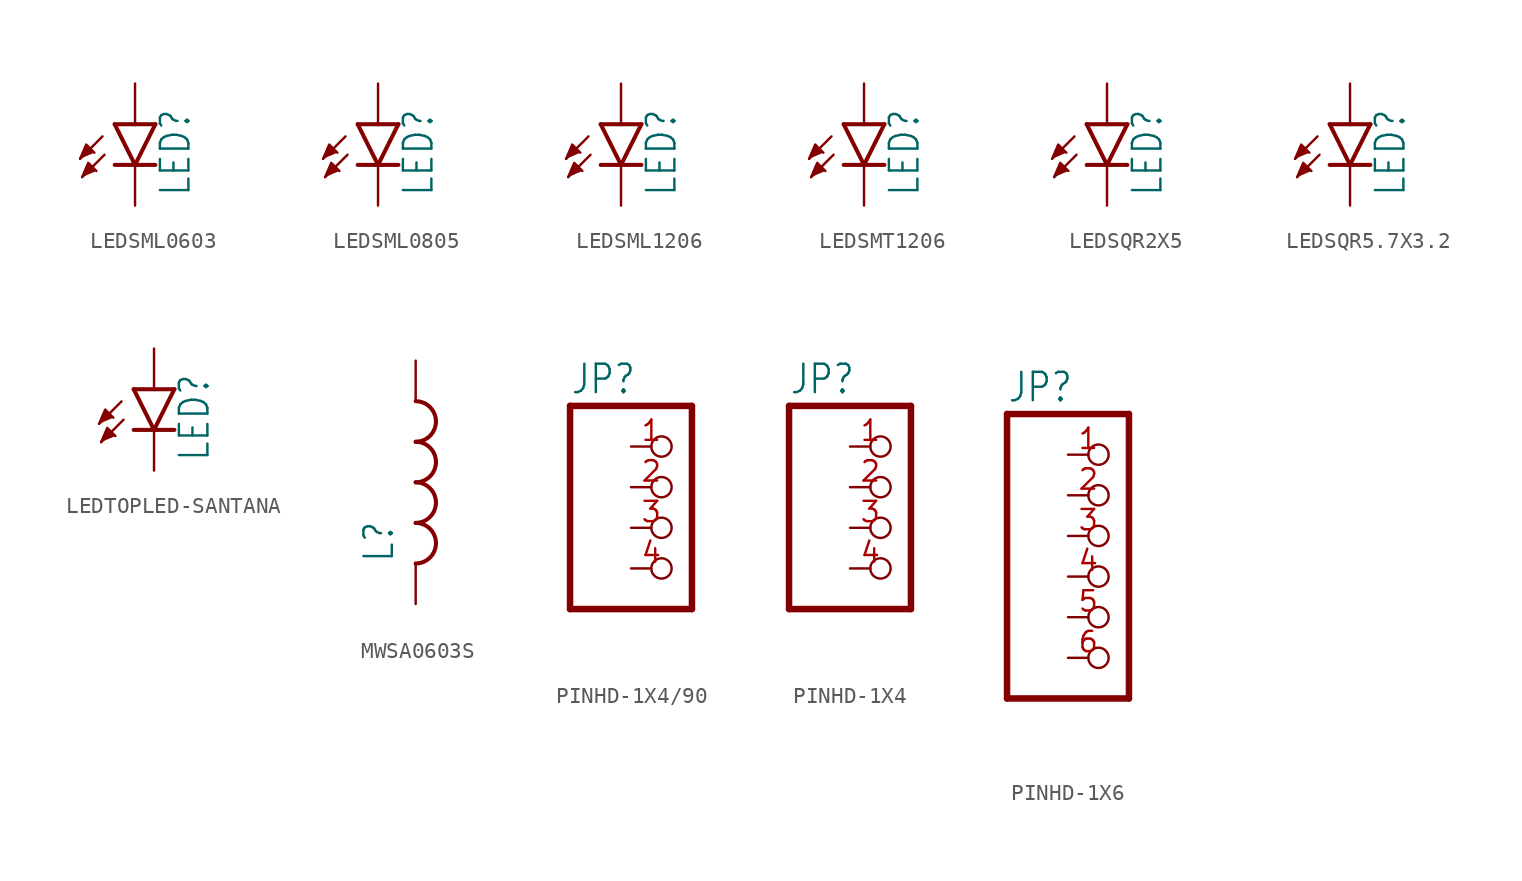
<source format=kicad_sym>
(kicad_symbol_lib
  (version 20241209)
  (generator "kicad_symbol_editor")
  (generator_version "9.0")
  (symbol "LEDSML0603"
    (property "Reference" "LED"
      (at 3.556 -4.572 90)
      (effects (font (size 1.778 1.511)) (justify left bottom)))
    (property "Value" ""
      (at 5.715 -4.572 90)
      (effects (font (size 1.778 1.511)) (justify left bottom)))
    (property "ki_locked" ""
      (at 0 0 0)
      (effects (font (size 1.27 1.27))))
    (symbol "LEDSML0603_1_0"
      (polyline (pts (xy -3.429 -2.159) (xy -3.048 -1.27) (xy -2.54 -1.778)) (stroke (width 0.152) (type solid)) (fill (type outline)))
      (polyline (pts (xy -3.302 -3.302) (xy -2.921 -2.413) (xy -2.413 -2.921)) (stroke (width 0.152) (type solid)) (fill (type outline)))
      (polyline (pts (xy -2.032 -0.762) (xy -3.429 -2.159)) (stroke (width 0.152) (type solid)) (fill (type none)))
      (polyline (pts (xy -1.905 -1.905) (xy -3.302 -3.302)) (stroke (width 0.152) (type solid)) (fill (type none)))
      (polyline (pts (xy 0 0) (xy -1.27 0)) (stroke (width 0.254) (type solid)) (fill (type none)))
      (polyline (pts (xy 0 -2.54) (xy -1.27 0)) (stroke (width 0.254) (type solid)) (fill (type none)))
      (polyline (pts (xy 0 -2.54) (xy -1.27 -2.54)) (stroke (width 0.254) (type solid)) (fill (type none)))
      (polyline (pts (xy 1.27 0) (xy 0 0)) (stroke (width 0.254) (type solid)) (fill (type none)))
      (polyline (pts (xy 1.27 0) (xy 0 -2.54)) (stroke (width 0.254) (type solid)) (fill (type none)))
      (polyline (pts (xy 1.27 -2.54) (xy 0 -2.54)) (stroke (width 0.254) (type solid)) (fill (type none)))
      (pin passive line (at 0 2.54 270) (length 2.54) (name "A" (effects (font (size 0 0)))) (number "A" (effects (font (size 0 0)))))
      (pin passive line (at 0 -5.08 90) (length 2.54) (name "C" (effects (font (size 0 0)))) (number "C" (effects (font (size 0 0)))))))
  (symbol "LEDSML0805"
    (property "Reference" "LED"
      (at 3.556 -4.572 90)
      (effects (font (size 1.778 1.511)) (justify left bottom)))
    (property "Value" ""
      (at 5.715 -4.572 90)
      (effects (font (size 1.778 1.511)) (justify left bottom)))
    (property "ki_locked" ""
      (at 0 0 0)
      (effects (font (size 1.27 1.27))))
    (symbol "LEDSML0805_1_0"
      (polyline (pts (xy -3.429 -2.159) (xy -3.048 -1.27) (xy -2.54 -1.778)) (stroke (width 0.152) (type solid)) (fill (type outline)))
      (polyline (pts (xy -3.302 -3.302) (xy -2.921 -2.413) (xy -2.413 -2.921)) (stroke (width 0.152) (type solid)) (fill (type outline)))
      (polyline (pts (xy -2.032 -0.762) (xy -3.429 -2.159)) (stroke (width 0.152) (type solid)) (fill (type none)))
      (polyline (pts (xy -1.905 -1.905) (xy -3.302 -3.302)) (stroke (width 0.152) (type solid)) (fill (type none)))
      (polyline (pts (xy 0 0) (xy -1.27 0)) (stroke (width 0.254) (type solid)) (fill (type none)))
      (polyline (pts (xy 0 -2.54) (xy -1.27 0)) (stroke (width 0.254) (type solid)) (fill (type none)))
      (polyline (pts (xy 0 -2.54) (xy -1.27 -2.54)) (stroke (width 0.254) (type solid)) (fill (type none)))
      (polyline (pts (xy 1.27 0) (xy 0 0)) (stroke (width 0.254) (type solid)) (fill (type none)))
      (polyline (pts (xy 1.27 0) (xy 0 -2.54)) (stroke (width 0.254) (type solid)) (fill (type none)))
      (polyline (pts (xy 1.27 -2.54) (xy 0 -2.54)) (stroke (width 0.254) (type solid)) (fill (type none)))
      (pin passive line (at 0 2.54 270) (length 2.54) (name "A" (effects (font (size 0 0)))) (number "A" (effects (font (size 0 0)))))
      (pin passive line (at 0 -5.08 90) (length 2.54) (name "C" (effects (font (size 0 0)))) (number "C" (effects (font (size 0 0)))))))
  (symbol "LEDSML1206"
    (property "Reference" "LED"
      (at 3.556 -4.572 90)
      (effects (font (size 1.778 1.511)) (justify left bottom)))
    (property "Value" ""
      (at 5.715 -4.572 90)
      (effects (font (size 1.778 1.511)) (justify left bottom)))
    (property "ki_locked" ""
      (at 0 0 0)
      (effects (font (size 1.27 1.27))))
    (symbol "LEDSML1206_1_0"
      (polyline (pts (xy -3.429 -2.159) (xy -3.048 -1.27) (xy -2.54 -1.778)) (stroke (width 0.152) (type solid)) (fill (type outline)))
      (polyline (pts (xy -3.302 -3.302) (xy -2.921 -2.413) (xy -2.413 -2.921)) (stroke (width 0.152) (type solid)) (fill (type outline)))
      (polyline (pts (xy -2.032 -0.762) (xy -3.429 -2.159)) (stroke (width 0.152) (type solid)) (fill (type none)))
      (polyline (pts (xy -1.905 -1.905) (xy -3.302 -3.302)) (stroke (width 0.152) (type solid)) (fill (type none)))
      (polyline (pts (xy 0 0) (xy -1.27 0)) (stroke (width 0.254) (type solid)) (fill (type none)))
      (polyline (pts (xy 0 -2.54) (xy -1.27 0)) (stroke (width 0.254) (type solid)) (fill (type none)))
      (polyline (pts (xy 0 -2.54) (xy -1.27 -2.54)) (stroke (width 0.254) (type solid)) (fill (type none)))
      (polyline (pts (xy 1.27 0) (xy 0 0)) (stroke (width 0.254) (type solid)) (fill (type none)))
      (polyline (pts (xy 1.27 0) (xy 0 -2.54)) (stroke (width 0.254) (type solid)) (fill (type none)))
      (polyline (pts (xy 1.27 -2.54) (xy 0 -2.54)) (stroke (width 0.254) (type solid)) (fill (type none)))
      (pin passive line (at 0 2.54 270) (length 2.54) (name "A" (effects (font (size 0 0)))) (number "A" (effects (font (size 0 0)))))
      (pin passive line (at 0 -5.08 90) (length 2.54) (name "C" (effects (font (size 0 0)))) (number "C" (effects (font (size 0 0)))))))
  (symbol "LEDSMT1206"
    (property "Reference" "LED"
      (at 3.556 -4.572 90)
      (effects (font (size 1.778 1.511)) (justify left bottom)))
    (property "Value" ""
      (at 5.715 -4.572 90)
      (effects (font (size 1.778 1.511)) (justify left bottom)))
    (property "ki_locked" ""
      (at 0 0 0)
      (effects (font (size 1.27 1.27))))
    (symbol "LEDSMT1206_1_0"
      (polyline (pts (xy -3.429 -2.159) (xy -3.048 -1.27) (xy -2.54 -1.778)) (stroke (width 0.152) (type solid)) (fill (type outline)))
      (polyline (pts (xy -3.302 -3.302) (xy -2.921 -2.413) (xy -2.413 -2.921)) (stroke (width 0.152) (type solid)) (fill (type outline)))
      (polyline (pts (xy -2.032 -0.762) (xy -3.429 -2.159)) (stroke (width 0.152) (type solid)) (fill (type none)))
      (polyline (pts (xy -1.905 -1.905) (xy -3.302 -3.302)) (stroke (width 0.152) (type solid)) (fill (type none)))
      (polyline (pts (xy 0 0) (xy -1.27 0)) (stroke (width 0.254) (type solid)) (fill (type none)))
      (polyline (pts (xy 0 -2.54) (xy -1.27 0)) (stroke (width 0.254) (type solid)) (fill (type none)))
      (polyline (pts (xy 0 -2.54) (xy -1.27 -2.54)) (stroke (width 0.254) (type solid)) (fill (type none)))
      (polyline (pts (xy 1.27 0) (xy 0 0)) (stroke (width 0.254) (type solid)) (fill (type none)))
      (polyline (pts (xy 1.27 0) (xy 0 -2.54)) (stroke (width 0.254) (type solid)) (fill (type none)))
      (polyline (pts (xy 1.27 -2.54) (xy 0 -2.54)) (stroke (width 0.254) (type solid)) (fill (type none)))
      (pin passive line (at 0 2.54 270) (length 2.54) (name "A" (effects (font (size 0 0)))) (number "A" (effects (font (size 0 0)))))
      (pin passive line (at 0 -5.08 90) (length 2.54) (name "C" (effects (font (size 0 0)))) (number "C" (effects (font (size 0 0)))))))
  (symbol "LEDSQR2X5"
    (property "Reference" "LED"
      (at 3.556 -4.572 90)
      (effects (font (size 1.778 1.511)) (justify left bottom)))
    (property "Value" ""
      (at 5.715 -4.572 90)
      (effects (font (size 1.778 1.511)) (justify left bottom)))
    (property "ki_locked" ""
      (at 0 0 0)
      (effects (font (size 1.27 1.27))))
    (symbol "LEDSQR2X5_1_0"
      (polyline (pts (xy -3.429 -2.159) (xy -3.048 -1.27) (xy -2.54 -1.778)) (stroke (width 0.152) (type solid)) (fill (type outline)))
      (polyline (pts (xy -3.302 -3.302) (xy -2.921 -2.413) (xy -2.413 -2.921)) (stroke (width 0.152) (type solid)) (fill (type outline)))
      (polyline (pts (xy -2.032 -0.762) (xy -3.429 -2.159)) (stroke (width 0.152) (type solid)) (fill (type none)))
      (polyline (pts (xy -1.905 -1.905) (xy -3.302 -3.302)) (stroke (width 0.152) (type solid)) (fill (type none)))
      (polyline (pts (xy 0 0) (xy -1.27 0)) (stroke (width 0.254) (type solid)) (fill (type none)))
      (polyline (pts (xy 0 -2.54) (xy -1.27 0)) (stroke (width 0.254) (type solid)) (fill (type none)))
      (polyline (pts (xy 0 -2.54) (xy -1.27 -2.54)) (stroke (width 0.254) (type solid)) (fill (type none)))
      (polyline (pts (xy 1.27 0) (xy 0 0)) (stroke (width 0.254) (type solid)) (fill (type none)))
      (polyline (pts (xy 1.27 0) (xy 0 -2.54)) (stroke (width 0.254) (type solid)) (fill (type none)))
      (polyline (pts (xy 1.27 -2.54) (xy 0 -2.54)) (stroke (width 0.254) (type solid)) (fill (type none)))
      (pin passive line (at 0 2.54 270) (length 2.54) (name "A" (effects (font (size 0 0)))) (number "A" (effects (font (size 0 0)))))
      (pin passive line (at 0 -5.08 90) (length 2.54) (name "C" (effects (font (size 0 0)))) (number "K" (effects (font (size 0 0)))))))
  (symbol "LEDSQR5.7X3.2"
    (property "Reference" "LED"
      (at 3.556 -4.572 90)
      (effects (font (size 1.778 1.511)) (justify left bottom)))
    (property "Value" ""
      (at 5.715 -4.572 90)
      (effects (font (size 1.778 1.511)) (justify left bottom)))
    (property "ki_locked" ""
      (at 0 0 0)
      (effects (font (size 1.27 1.27))))
    (symbol "LEDSQR5.7X3.2_1_0"
      (polyline (pts (xy -3.429 -2.159) (xy -3.048 -1.27) (xy -2.54 -1.778)) (stroke (width 0.152) (type solid)) (fill (type outline)))
      (polyline (pts (xy -3.302 -3.302) (xy -2.921 -2.413) (xy -2.413 -2.921)) (stroke (width 0.152) (type solid)) (fill (type outline)))
      (polyline (pts (xy -2.032 -0.762) (xy -3.429 -2.159)) (stroke (width 0.152) (type solid)) (fill (type none)))
      (polyline (pts (xy -1.905 -1.905) (xy -3.302 -3.302)) (stroke (width 0.152) (type solid)) (fill (type none)))
      (polyline (pts (xy 0 0) (xy -1.27 0)) (stroke (width 0.254) (type solid)) (fill (type none)))
      (polyline (pts (xy 0 -2.54) (xy -1.27 0)) (stroke (width 0.254) (type solid)) (fill (type none)))
      (polyline (pts (xy 0 -2.54) (xy -1.27 -2.54)) (stroke (width 0.254) (type solid)) (fill (type none)))
      (polyline (pts (xy 1.27 0) (xy 0 0)) (stroke (width 0.254) (type solid)) (fill (type none)))
      (polyline (pts (xy 1.27 0) (xy 0 -2.54)) (stroke (width 0.254) (type solid)) (fill (type none)))
      (polyline (pts (xy 1.27 -2.54) (xy 0 -2.54)) (stroke (width 0.254) (type solid)) (fill (type none)))
      (pin passive line (at 0 2.54 270) (length 2.54) (name "A" (effects (font (size 0 0)))) (number "A" (effects (font (size 0 0)))))
      (pin passive line (at 0 -5.08 90) (length 2.54) (name "C" (effects (font (size 0 0)))) (number "K" (effects (font (size 0 0)))))))
  (symbol "LEDTOPLED-SANTANA"
    (property "Reference" "LED"
      (at 3.556 -4.572 90)
      (effects (font (size 1.778 1.511)) (justify left bottom)))
    (property "Value" ""
      (at 5.715 -4.572 90)
      (effects (font (size 1.778 1.511)) (justify left bottom)))
    (property "ki_locked" ""
      (at 0 0 0)
      (effects (font (size 1.27 1.27))))
    (symbol "LEDTOPLED-SANTANA_1_0"
      (polyline (pts (xy -3.429 -2.159) (xy -3.048 -1.27) (xy -2.54 -1.778)) (stroke (width 0.152) (type solid)) (fill (type outline)))
      (polyline (pts (xy -3.302 -3.302) (xy -2.921 -2.413) (xy -2.413 -2.921)) (stroke (width 0.152) (type solid)) (fill (type outline)))
      (polyline (pts (xy -2.032 -0.762) (xy -3.429 -2.159)) (stroke (width 0.152) (type solid)) (fill (type none)))
      (polyline (pts (xy -1.905 -1.905) (xy -3.302 -3.302)) (stroke (width 0.152) (type solid)) (fill (type none)))
      (polyline (pts (xy 0 0) (xy -1.27 0)) (stroke (width 0.254) (type solid)) (fill (type none)))
      (polyline (pts (xy 0 -2.54) (xy -1.27 0)) (stroke (width 0.254) (type solid)) (fill (type none)))
      (polyline (pts (xy 0 -2.54) (xy -1.27 -2.54)) (stroke (width 0.254) (type solid)) (fill (type none)))
      (polyline (pts (xy 1.27 0) (xy 0 0)) (stroke (width 0.254) (type solid)) (fill (type none)))
      (polyline (pts (xy 1.27 0) (xy 0 -2.54)) (stroke (width 0.254) (type solid)) (fill (type none)))
      (polyline (pts (xy 1.27 -2.54) (xy 0 -2.54)) (stroke (width 0.254) (type solid)) (fill (type none)))
      (pin passive line (at 0 2.54 270) (length 2.54) (name "A" (effects (font (size 0 0)))) (number "A" (effects (font (size 0 0)))))
      (pin passive line (at 0 -5.08 90) (length 2.54) (name "C" (effects (font (size 0 0)))) (number "C" (effects (font (size 0 0)))))))
  (symbol "MWSA0603S"
    (property "Reference" "L"
      (at -1.27 -5.08 90)
      (effects (font (size 1.778 1.511)) (justify left bottom)))
    (property "Value" ""
      (at 3.81 -5.08 90)
      (effects (font (size 1.778 1.511)) (justify left bottom)))
    (property "ki_locked" ""
      (at 0 0 0)
      (effects (font (size 1.27 1.27))))
    (symbol "MWSA0603S_1_0"
      (arc (start 1.27 3.81) (mid 0.898 2.912) (end 0 2.54) (stroke (width 0.254) (type solid)) (fill (type none)))
      (arc (start 0 5.08) (mid 0.898 4.708) (end 1.27 3.81) (stroke (width 0.254) (type solid)) (fill (type none)))
      (arc (start 1.27 1.27) (mid 0.898 0.372) (end 0 0) (stroke (width 0.254) (type solid)) (fill (type none)))
      (arc (start 0 2.54) (mid 0.898 2.168) (end 1.27 1.27) (stroke (width 0.254) (type solid)) (fill (type none)))
      (arc (start 1.27 -1.27) (mid 0.898 -2.168) (end 0 -2.54) (stroke (width 0.254) (type solid)) (fill (type none)))
      (arc (start 0 0) (mid 0.898 -0.372) (end 1.27 -1.27) (stroke (width 0.254) (type solid)) (fill (type none)))
      (arc (start 1.27 -3.81) (mid 0.898 -4.708) (end 0 -5.08) (stroke (width 0.254) (type solid)) (fill (type none)))
      (arc (start 0 -2.54) (mid 0.898 -2.912) (end 1.27 -3.81) (stroke (width 0.254) (type solid)) (fill (type none)))
      (pin passive line (at 0 7.62 270) (length 2.54) (name "1" (effects (font (size 0 0)))) (number "P$1" (effects (font (size 0 0)))))
      (pin passive line (at 0 -7.62 90) (length 2.54) (name "2" (effects (font (size 0 0)))) (number "P$2" (effects (font (size 0 0)))))))
  (symbol "PINHD-1X4/90"
    (property "Reference" "JP"
      (at -6.35 8.255 0)
      (effects (font (size 1.778 1.511)) (justify left bottom)))
    (property "Value" ""
      (at -6.35 -7.62 0)
      (effects (font (size 1.778 1.511)) (justify left bottom)))
    (property "ki_locked" ""
      (at 0 0 0)
      (effects (font (size 1.27 1.27))))
    (symbol "PINHD-1X4/90_1_0"
      (polyline (pts (xy -6.35 7.62) (xy -6.35 -5.08)) (stroke (width 0.406) (type solid)) (fill (type none)))
      (polyline (pts (xy -6.35 -5.08) (xy 1.27 -5.08)) (stroke (width 0.406) (type solid)) (fill (type none)))
      (polyline (pts (xy 1.27 7.62) (xy -6.35 7.62)) (stroke (width 0.406) (type solid)) (fill (type none)))
      (polyline (pts (xy 1.27 -5.08) (xy 1.27 7.62)) (stroke (width 0.406) (type solid)) (fill (type none)))
      (pin passive inverted (at -2.54 5.08 0) (length 2.54) (name "1" (effects (font (size 0 0)))) (number "1" (effects (font (size 1.27 1.27)))))
      (pin passive inverted (at -2.54 2.54 0) (length 2.54) (name "2" (effects (font (size 0 0)))) (number "2" (effects (font (size 1.27 1.27)))))
      (pin passive inverted (at -2.54 0 0) (length 2.54) (name "3" (effects (font (size 0 0)))) (number "3" (effects (font (size 1.27 1.27)))))
      (pin passive inverted (at -2.54 -2.54 0) (length 2.54) (name "4" (effects (font (size 0 0)))) (number "4" (effects (font (size 1.27 1.27)))))))
  (symbol "PINHD-1X4"
    (property "Reference" "JP"
      (at -6.35 8.255 0)
      (effects (font (size 1.778 1.511)) (justify left bottom)))
    (property "Value" ""
      (at -6.35 -7.62 0)
      (effects (font (size 1.778 1.511)) (justify left bottom)))
    (property "ki_locked" ""
      (at 0 0 0)
      (effects (font (size 1.27 1.27))))
    (symbol "PINHD-1X4_1_0"
      (polyline (pts (xy -6.35 7.62) (xy -6.35 -5.08)) (stroke (width 0.406) (type solid)) (fill (type none)))
      (polyline (pts (xy -6.35 -5.08) (xy 1.27 -5.08)) (stroke (width 0.406) (type solid)) (fill (type none)))
      (polyline (pts (xy 1.27 7.62) (xy -6.35 7.62)) (stroke (width 0.406) (type solid)) (fill (type none)))
      (polyline (pts (xy 1.27 -5.08) (xy 1.27 7.62)) (stroke (width 0.406) (type solid)) (fill (type none)))
      (pin passive inverted (at -2.54 5.08 0) (length 2.54) (name "1" (effects (font (size 0 0)))) (number "1" (effects (font (size 1.27 1.27)))))
      (pin passive inverted (at -2.54 2.54 0) (length 2.54) (name "2" (effects (font (size 0 0)))) (number "2" (effects (font (size 1.27 1.27)))))
      (pin passive inverted (at -2.54 0 0) (length 2.54) (name "3" (effects (font (size 0 0)))) (number "3" (effects (font (size 1.27 1.27)))))
      (pin passive inverted (at -2.54 -2.54 0) (length 2.54) (name "4" (effects (font (size 0 0)))) (number "4" (effects (font (size 1.27 1.27)))))))
  (symbol "PINHD-1X6"
    (property "Reference" "JP"
      (at -6.35 10.795 0)
      (effects (font (size 1.778 1.511)) (justify left bottom)))
    (property "Value" ""
      (at -6.35 -10.16 0)
      (effects (font (size 1.778 1.511)) (justify left bottom)))
    (property "ki_locked" ""
      (at 0 0 0)
      (effects (font (size 1.27 1.27))))
    (symbol "PINHD-1X6_1_0"
      (polyline (pts (xy -6.35 10.16) (xy -6.35 -7.62)) (stroke (width 0.406) (type solid)) (fill (type none)))
      (polyline (pts (xy -6.35 -7.62) (xy 1.27 -7.62)) (stroke (width 0.406) (type solid)) (fill (type none)))
      (polyline (pts (xy 1.27 10.16) (xy -6.35 10.16)) (stroke (width 0.406) (type solid)) (fill (type none)))
      (polyline (pts (xy 1.27 -7.62) (xy 1.27 10.16)) (stroke (width 0.406) (type solid)) (fill (type none)))
      (pin passive inverted (at -2.54 7.62 0) (length 2.54) (name "1" (effects (font (size 0 0)))) (number "1" (effects (font (size 1.27 1.27)))))
      (pin passive inverted (at -2.54 5.08 0) (length 2.54) (name "2" (effects (font (size 0 0)))) (number "2" (effects (font (size 1.27 1.27)))))
      (pin passive inverted (at -2.54 2.54 0) (length 2.54) (name "3" (effects (font (size 0 0)))) (number "3" (effects (font (size 1.27 1.27)))))
      (pin passive inverted (at -2.54 0 0) (length 2.54) (name "4" (effects (font (size 0 0)))) (number "4" (effects (font (size 1.27 1.27)))))
      (pin passive inverted (at -2.54 -2.54 0) (length 2.54) (name "5" (effects (font (size 0 0)))) (number "5" (effects (font (size 1.27 1.27)))))
      (pin passive inverted (at -2.54 -5.08 0) (length 2.54) (name "6" (effects (font (size 0 0)))) (number "6" (effects (font (size 1.27 1.27))))))))
</source>
